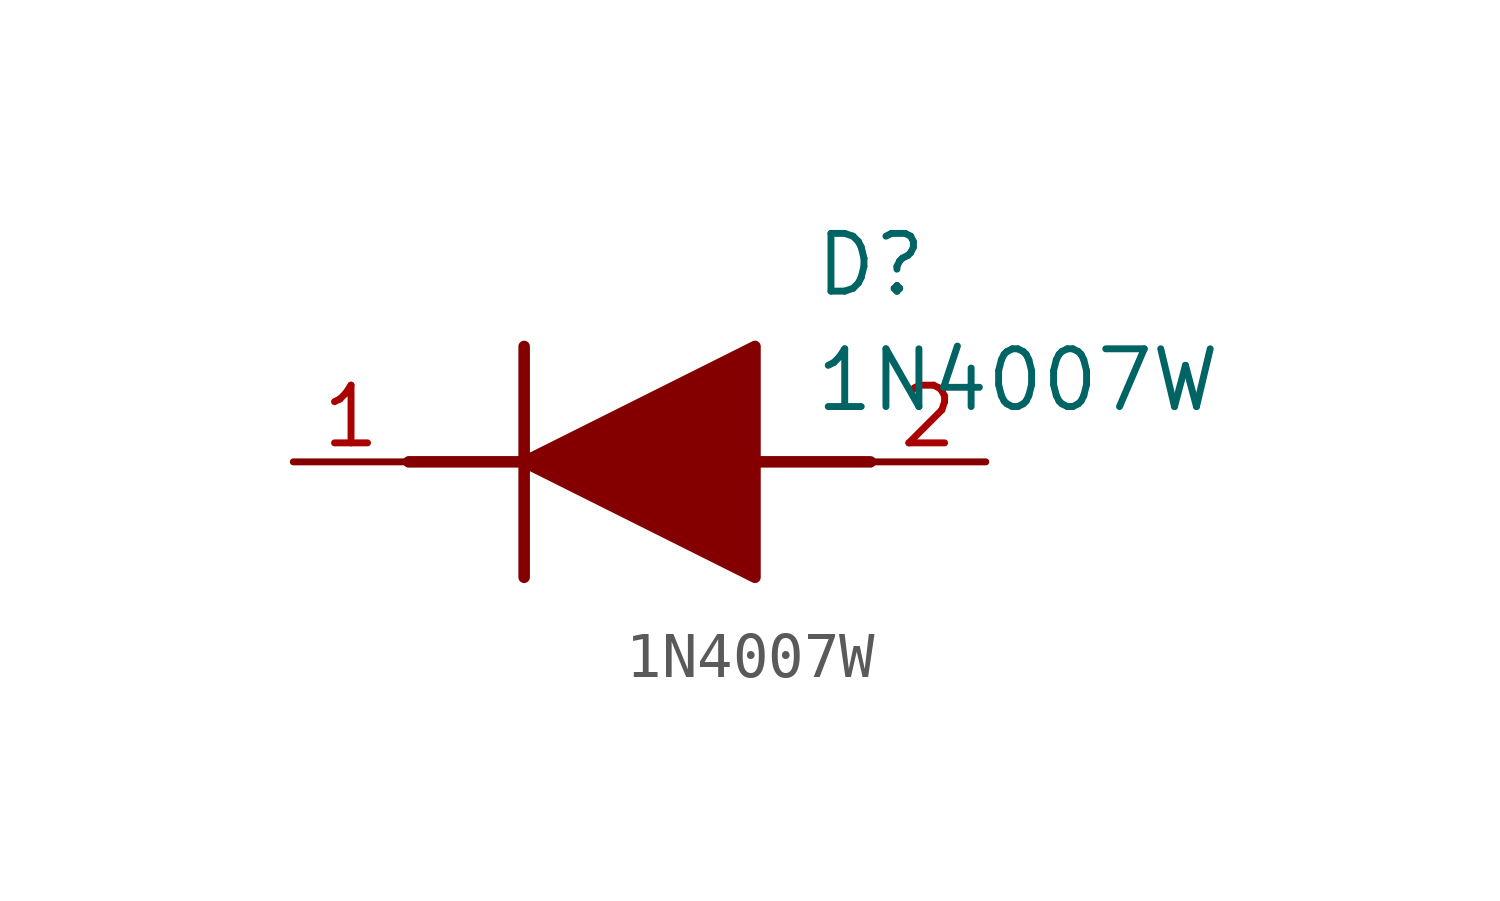
<source format=kicad_sym>
(kicad_symbol_lib
  (version 20211014)
  (generator SamacSys_ECAD_Model)
  (symbol "1N4007W"
    (pin_names hide)
    (property "Reference" "D"
      (at 11.43 5.08 0)
      (effects (font (size 1.27 1.27)) (justify left top)))
    (property "Value" "1N4007W"
      (at 11.43 2.54 0)
      (effects (font (size 1.27 1.27)) (justify left top)))
    (polyline
      (pts (xy 5.08 2.54) (xy 5.08 -2.54))
      (stroke (width 0.254) (type default))
      (fill (type none)))
    (polyline
      (pts (xy 2.54 0) (xy 5.08 0))
      (stroke (width 0.254) (type default))
      (fill (type none)))
    (polyline
      (pts (xy 10.16 0) (xy 12.7 0))
      (stroke (width 0.254) (type default))
      (fill (type none)))
    (polyline
      (pts (xy 5.08 0) (xy 10.16 2.54) (xy 10.16 -2.54) (xy 5.08 0))
      (stroke (width 0.254) (type default))
      (fill (type outline)))
    (pin passive line
      (at 0 0 0)
      (length 2.54)
      (name "K" (effects (font (size 1.27 1.27))))
      (number "1" (effects (font (size 1.27 1.27)))))
    (pin passive line
      (at 15.24 0 180)
      (length 2.54)
      (name "A" (effects (font (size 1.27 1.27))))
      (number "2" (effects (font (size 1.27 1.27)))))))
</source>
